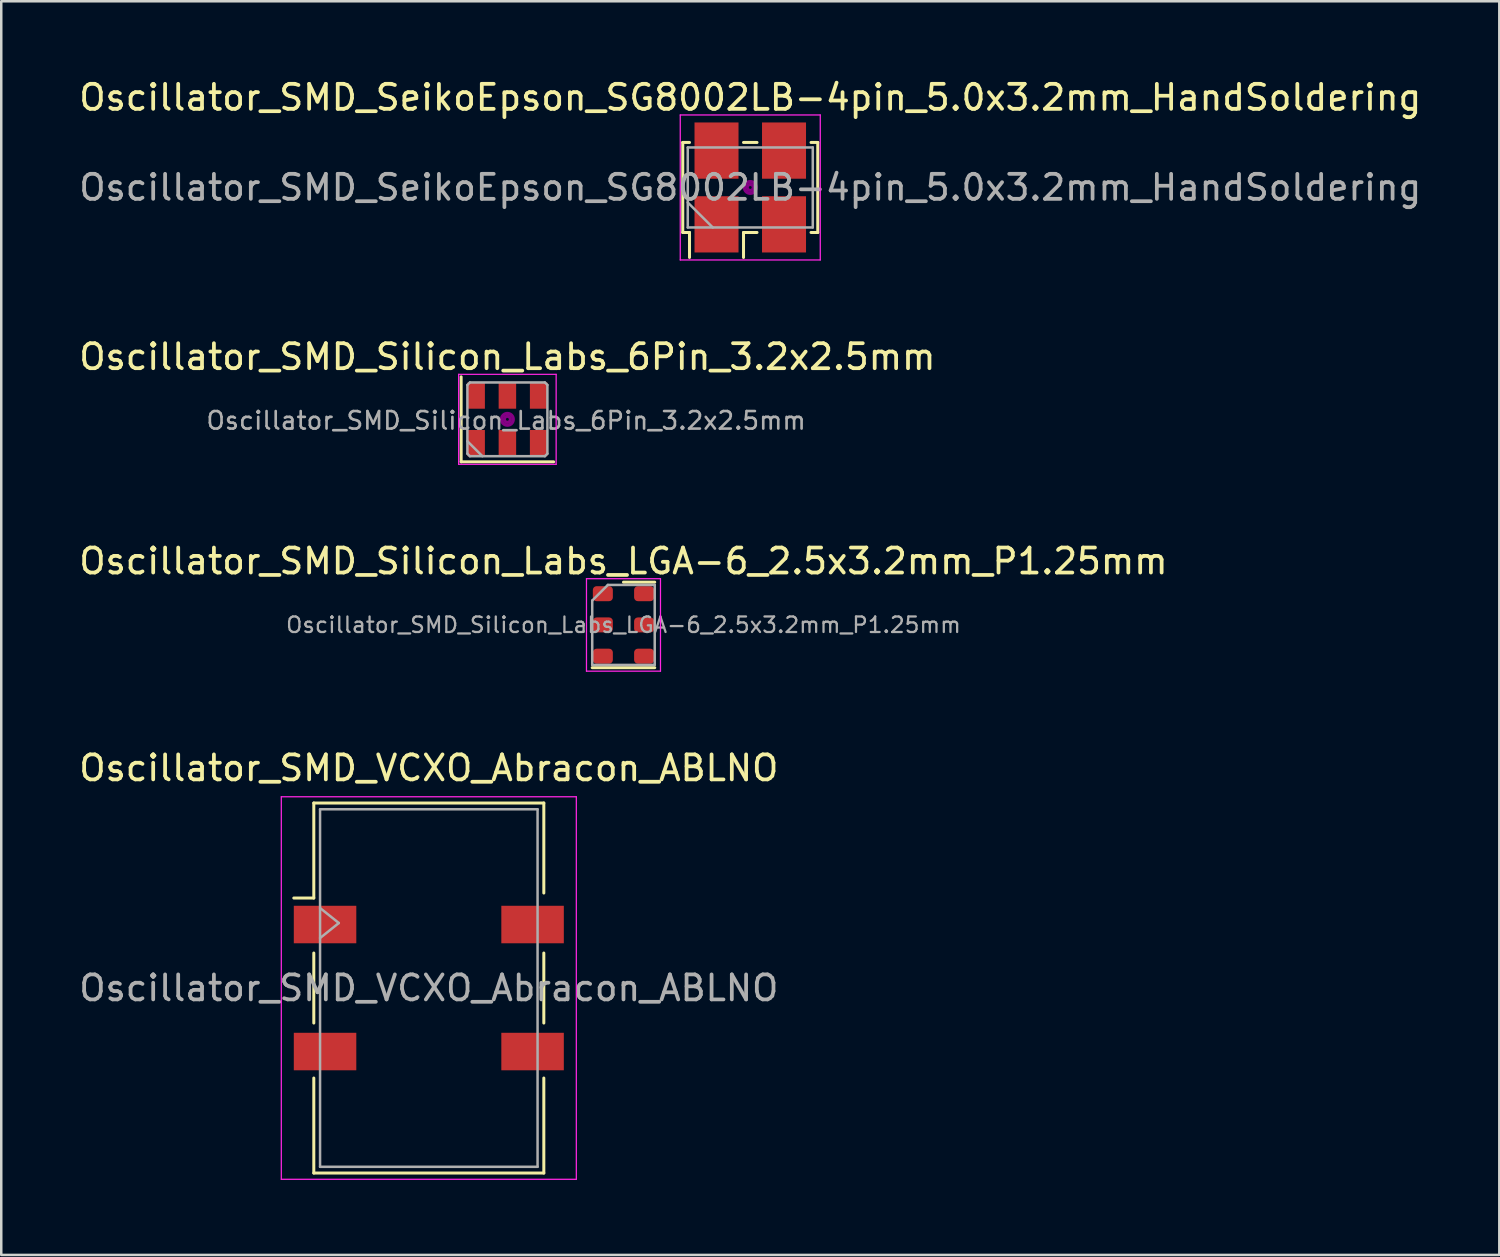
<source format=kicad_pcb>
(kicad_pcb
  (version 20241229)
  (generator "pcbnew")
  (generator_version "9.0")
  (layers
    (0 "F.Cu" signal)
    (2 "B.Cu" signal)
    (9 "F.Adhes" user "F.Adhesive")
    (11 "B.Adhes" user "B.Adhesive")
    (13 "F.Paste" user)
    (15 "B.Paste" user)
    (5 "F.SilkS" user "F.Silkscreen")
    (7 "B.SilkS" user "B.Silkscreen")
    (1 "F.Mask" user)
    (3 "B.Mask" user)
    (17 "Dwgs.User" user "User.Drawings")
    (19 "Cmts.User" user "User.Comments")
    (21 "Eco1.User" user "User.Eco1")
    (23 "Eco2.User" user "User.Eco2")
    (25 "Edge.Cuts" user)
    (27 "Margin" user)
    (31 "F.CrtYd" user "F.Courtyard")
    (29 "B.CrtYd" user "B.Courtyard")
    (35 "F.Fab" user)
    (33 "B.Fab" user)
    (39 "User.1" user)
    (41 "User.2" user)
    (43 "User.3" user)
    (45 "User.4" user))
  (footprint "Oscillator_SMD_VCXO_Abracon_ABLNO"
    (layer "F.Cu")
    (at 14.101 36.468)
    (property "Reference" "Oscillator_SMD_VCXO_Abracon_ABLNO" (at 0 -8.8 0) (layer "F.SilkS") (effects (font (size 1 1) (thickness 0.15))))
    (attr smd)
    (fp_line (start -4.6 -7.4) (end 4.6 -7.4) (stroke (width 0.12) (type solid)) (layer "F.SilkS"))
    (fp_line (start -4.6 -3.6) (end -5.4 -3.6) (stroke (width 0.12) (type solid)) (layer "F.SilkS"))
    (fp_line (start -4.6 -3.6) (end -4.6 -7.4) (stroke (width 0.12) (type solid)) (layer "F.SilkS"))
    (fp_line (start -4.6 -1.4) (end -4.6 1.4) (stroke (width 0.12) (type solid)) (layer "F.SilkS"))
    (fp_line (start -4.6 7.4) (end -4.6 3.6) (stroke (width 0.12) (type solid)) (layer "F.SilkS"))
    (fp_line (start 4.6 -3.8) (end 4.6 -7.4) (stroke (width 0.12) (type solid)) (layer "F.SilkS"))
    (fp_line (start 4.6 1.4) (end 4.6 -1.4) (stroke (width 0.12) (type solid)) (layer "F.SilkS"))
    (fp_line (start 4.6 3.6) (end 4.6 7.4) (stroke (width 0.12) (type solid)) (layer "F.SilkS"))
    (fp_line (start 4.6 7.4) (end -4.6 7.4) (stroke (width 0.12) (type solid)) (layer "F.SilkS"))
    (fp_line (start -5.9 -7.65) (end 5.9 -7.65) (stroke (width 0.05) (type solid)) (layer "F.CrtYd"))
    (fp_line (start -5.9 7.65) (end -5.9 -7.65) (stroke (width 0.05) (type solid)) (layer "F.CrtYd"))
    (fp_line (start 5.9 -7.65) (end 5.9 7.65) (stroke (width 0.05) (type solid)) (layer "F.CrtYd"))
    (fp_line (start 5.9 7.65) (end -5.9 7.65) (stroke (width 0.05) (type solid)) (layer "F.CrtYd"))
    (fp_line (start -4.35 -7.15) (end 4.35 -7.15) (stroke (width 0.1) (type solid)) (layer "F.Fab"))
    (fp_line (start -4.35 -3.2) (end -3.6 -2.6) (stroke (width 0.1) (type solid)) (layer "F.Fab"))
    (fp_line (start -4.35 7.15) (end -4.35 -7.15) (stroke (width 0.1) (type solid)) (layer "F.Fab"))
    (fp_line (start -3.6 -2.6) (end -4.35 -2) (stroke (width 0.1) (type solid)) (layer "F.Fab"))
    (fp_line (start 4.35 -7.15) (end 4.35 7.15) (stroke (width 0.1) (type solid)) (layer "F.Fab"))
    (fp_line (start 4.35 7.15) (end -4.35 7.15) (stroke (width 0.1) (type solid)) (layer "F.Fab"))
    (fp_text user "${REFERENCE}" (at 0 0 0) (layer "F.Fab") (effects (font (size 1 1) (thickness 0.15))))
    (pad "1" smd rect (at -2.9 -2.54 270) (size 1.5 2.5) (drill (offset 0 1.25)) (layers "F.Cu" "F.Mask" "F.Paste"))
    (pad "2" smd rect (at -2.9 2.54 270) (size 1.5 2.5) (drill (offset 0 1.25)) (layers "F.Cu" "F.Mask" "F.Paste"))
    (pad "3" smd rect (at 2.9 2.54 270) (size 1.5 2.5) (drill (offset 0 -1.25)) (layers "F.Cu" "F.Mask" "F.Paste"))
    (pad "4" smd rect (at 2.9 -2.54 270) (size 1.5 2.5) (drill (offset 0 -1.25)) (layers "F.Cu" "F.Mask" "F.Paste")))
  (footprint "Oscillator_SMD_Silicon_Labs_LGA-6_2.5x3.2mm_P1.25mm"
    (layer "F.Cu")
    (at 21.887 21.945)
    (property "Reference" "Oscillator_SMD_Silicon_Labs_LGA-6_2.5x3.2mm_P1.25mm" (at 0 -2.55 0) (layer "F.SilkS") (effects (font (size 1 1) (thickness 0.15))))
    (attr smd)
    (fp_line (start -1.25 1.71) (end 1.25 1.71) (stroke (width 0.12) (type solid)) (layer "F.SilkS"))
    (fp_line (start 0 -1.71) (end 1.25 -1.71) (stroke (width 0.12) (type solid)) (layer "F.SilkS"))
    (fp_line (start -1.48 -1.85) (end -1.48 1.85) (stroke (width 0.05) (type solid)) (layer "F.CrtYd"))
    (fp_line (start -1.48 1.85) (end 1.48 1.85) (stroke (width 0.05) (type solid)) (layer "F.CrtYd"))
    (fp_line (start 1.48 -1.85) (end -1.48 -1.85) (stroke (width 0.05) (type solid)) (layer "F.CrtYd"))
    (fp_line (start 1.48 1.85) (end 1.48 -1.85) (stroke (width 0.05) (type solid)) (layer "F.CrtYd"))
    (fp_line (start -1.25 -0.975) (end -0.625 -1.6) (stroke (width 0.1) (type solid)) (layer "F.Fab"))
    (fp_line (start -1.25 1.6) (end -1.25 -0.975) (stroke (width 0.1) (type solid)) (layer "F.Fab"))
    (fp_line (start -0.625 -1.6) (end 1.25 -1.6) (stroke (width 0.1) (type solid)) (layer "F.Fab"))
    (fp_line (start 1.25 -1.6) (end 1.25 1.6) (stroke (width 0.1) (type solid)) (layer "F.Fab"))
    (fp_line (start 1.25 1.6) (end -1.25 1.6) (stroke (width 0.1) (type solid)) (layer "F.Fab"))
    (fp_text user "${REFERENCE}" (at 0 0 0) (layer "F.Fab") (effects (font (size 0.62 0.62) (thickness 0.09))))
    (pad "1" smd roundrect (at -0.825 -1.25) (size 0.8 0.6) (layers "F.Cu" "F.Mask" "F.Paste") (roundrect_rratio 0.25))
    (pad "2" smd roundrect (at -0.825 0) (size 0.8 0.6) (layers "F.Cu" "F.Mask" "F.Paste") (roundrect_rratio 0.25))
    (pad "3" smd roundrect (at -0.825 1.25) (size 0.8 0.6) (layers "F.Cu" "F.Mask" "F.Paste") (roundrect_rratio 0.25))
    (pad "4" smd roundrect (at 0.825 1.25) (size 0.8 0.6) (layers "F.Cu" "F.Mask" "F.Paste") (roundrect_rratio 0.25))
    (pad "5" smd roundrect (at 0.825 0) (size 0.8 0.6) (layers "F.Cu" "F.Mask" "F.Paste") (roundrect_rratio 0.25))
    (pad "6" smd roundrect (at 0.825 -1.25) (size 0.8 0.6) (layers "F.Cu" "F.Mask" "F.Paste") (roundrect_rratio 0.25)))
  (footprint "Oscillator_SMD_SeikoEpson_SG8002LB-4pin_5.0x3.2mm_HandSoldering"
    (layer "F.Cu")
    (at 26.958 4.448)
    (property "Reference" "Oscillator_SMD_SeikoEpson_SG8002LB-4pin_5.0x3.2mm_HandSoldering" (at 0 -3.6 0) (layer "F.SilkS") (effects (font (size 1 1) (thickness 0.15))))
    (attr smd)
    (fp_line (start -2.7 -1.8) (end -2.43 -1.8) (stroke (width 0.12) (type solid)) (layer "F.SilkS"))
    (fp_line (start -2.7 1.8) (end -2.7 -1.8) (stroke (width 0.12) (type solid)) (layer "F.SilkS"))
    (fp_line (start -2.43 1.8) (end -2.7 1.8) (stroke (width 0.12) (type solid)) (layer "F.SilkS"))
    (fp_line (start -2.43 2.8) (end -2.43 1.8) (stroke (width 0.12) (type solid)) (layer "F.SilkS"))
    (fp_line (start -0.27 -1.8) (end 0.27 -1.8) (stroke (width 0.12) (type solid)) (layer "F.SilkS"))
    (fp_line (start -0.27 1.8) (end -0.27 2.8) (stroke (width 0.12) (type solid)) (layer "F.SilkS"))
    (fp_line (start 0.27 1.8) (end -0.27 1.8) (stroke (width 0.12) (type solid)) (layer "F.SilkS"))
    (fp_line (start 2.43 -1.8) (end 2.7 -1.8) (stroke (width 0.12) (type solid)) (layer "F.SilkS"))
    (fp_line (start 2.7 -1.8) (end 2.7 1.8) (stroke (width 0.12) (type solid)) (layer "F.SilkS"))
    (fp_line (start 2.7 1.8) (end 2.43 1.8) (stroke (width 0.12) (type solid)) (layer "F.SilkS"))
    (fp_circle (center 0 0) (end 0.058 0) (stroke (width 0.117) (type solid)) (fill no) (layer "F.Adhes"))
    (fp_circle (center 0 0) (end 0.133 0) (stroke (width 0.083) (type solid)) (fill no) (layer "F.Adhes"))
    (fp_circle (center 0 0) (end 0.208 0) (stroke (width 0.083) (type solid)) (fill no) (layer "F.Adhes"))
    (fp_circle (center 0 0) (end 0.25 0) (stroke (width 0.1) (type solid)) (fill no) (layer "F.Adhes"))
    (fp_line (start -2.8 -2.9) (end -2.8 2.9) (stroke (width 0.05) (type solid)) (layer "F.CrtYd"))
    (fp_line (start -2.8 2.9) (end 2.8 2.9) (stroke (width 0.05) (type solid)) (layer "F.CrtYd"))
    (fp_line (start 2.8 -2.9) (end -2.8 -2.9) (stroke (width 0.05) (type solid)) (layer "F.CrtYd"))
    (fp_line (start 2.8 2.9) (end 2.8 -2.9) (stroke (width 0.05) (type solid)) (layer "F.CrtYd"))
    (fp_line (start -2.5 -1.6) (end -2.5 1.6) (stroke (width 0.1) (type solid)) (layer "F.Fab"))
    (fp_line (start -2.5 0.6) (end -1.5 1.6) (stroke (width 0.1) (type solid)) (layer "F.Fab"))
    (fp_line (start -2.5 1.6) (end 2.5 1.6) (stroke (width 0.1) (type solid)) (layer "F.Fab"))
    (fp_line (start 2.5 -1.6) (end -2.5 -1.6) (stroke (width 0.1) (type solid)) (layer "F.Fab"))
    (fp_line (start 2.5 1.6) (end 2.5 -1.6) (stroke (width 0.1) (type solid)) (layer "F.Fab"))
    (fp_text user "${REFERENCE}" (at 0 0 0) (layer "F.Fab") (effects (font (size 1 1) (thickness 0.15))))
    (pad "1" smd rect (at -1.35 1.475) (size 1.76 2.25) (layers "F.Cu" "F.Mask" "F.Paste"))
    (pad "2" smd rect (at 1.35 1.475) (size 1.76 2.25) (layers "F.Cu" "F.Mask" "F.Paste"))
    (pad "3" smd rect (at 1.35 -1.475) (size 1.76 2.25) (layers "F.Cu" "F.Mask" "F.Paste"))
    (pad "4" smd rect (at -1.35 -1.475) (size 1.76 2.25) (layers "F.Cu" "F.Mask" "F.Paste")))
  (footprint "Oscillator_SMD_Silicon_Labs_6Pin_3.2x2.5mm"
    (layer "F.Cu")
    (at 17.244 13.722)
    (property "Reference" "Oscillator_SMD_Silicon_Labs_6Pin_3.2x2.5mm" (at 0 -2.5 0) (layer "F.SilkS") (effects (font (size 1 1) (thickness 0.15))))
    (attr smd)
    (fp_line (start -1.85 -1.7) (end -1.85 1.7) (stroke (width 0.12) (type solid)) (layer "F.SilkS"))
    (fp_line (start -1.85 1.7) (end 1.85 1.7) (stroke (width 0.12) (type solid)) (layer "F.SilkS"))
    (fp_circle (center 0 0) (end 0.058 0) (stroke (width 0.117) (type solid)) (fill no) (layer "F.Adhes"))
    (fp_circle (center 0 0) (end 0.133 0) (stroke (width 0.083) (type solid)) (fill no) (layer "F.Adhes"))
    (fp_circle (center 0 0) (end 0.208 0) (stroke (width 0.083) (type solid)) (fill no) (layer "F.Adhes"))
    (fp_circle (center 0 0) (end 0.25 0) (stroke (width 0.1) (type solid)) (fill no) (layer "F.Adhes"))
    (fp_line (start -1.95 -1.8) (end -1.95 1.8) (stroke (width 0.05) (type solid)) (layer "F.CrtYd"))
    (fp_line (start -1.95 1.8) (end 1.95 1.8) (stroke (width 0.05) (type solid)) (layer "F.CrtYd"))
    (fp_line (start 1.95 -1.8) (end -1.95 -1.8) (stroke (width 0.05) (type solid)) (layer "F.CrtYd"))
    (fp_line (start 1.95 1.8) (end 1.95 -1.8) (stroke (width 0.05) (type solid)) (layer "F.CrtYd"))
    (fp_line (start -1.6 -1.375) (end -1.5 -1.475) (stroke (width 0.1) (type solid)) (layer "F.Fab"))
    (fp_line (start -1.6 0.875) (end -1 1.475) (stroke (width 0.1) (type solid)) (layer "F.Fab"))
    (fp_line (start -1.6 1.375) (end -1.6 -1.375) (stroke (width 0.1) (type solid)) (layer "F.Fab"))
    (fp_line (start -1.5 -1.475) (end 1.5 -1.475) (stroke (width 0.1) (type solid)) (layer "F.Fab"))
    (fp_line (start -1.5 1.475) (end -1.6 1.375) (stroke (width 0.1) (type solid)) (layer "F.Fab"))
    (fp_line (start 1.5 -1.475) (end 1.6 -1.375) (stroke (width 0.1) (type solid)) (layer "F.Fab"))
    (fp_line (start 1.5 1.475) (end -1.5 1.475) (stroke (width 0.1) (type solid)) (layer "F.Fab"))
    (fp_line (start 1.6 -1.375) (end 1.6 1.375) (stroke (width 0.1) (type solid)) (layer "F.Fab"))
    (fp_line (start 1.6 1.375) (end 1.5 1.475) (stroke (width 0.1) (type solid)) (layer "F.Fab"))
    (fp_text user "${REFERENCE}" (at -0.05 0.05 0) (layer "F.Fab") (effects (font (size 0.7 0.7) (thickness 0.105))))
    (pad "1" smd rect (at -1.25 0.95) (size 0.7 1.05) (layers "F.Cu" "F.Mask" "F.Paste"))
    (pad "2" smd rect (at 0 0.95) (size 0.7 1.05) (layers "F.Cu" "F.Mask" "F.Paste"))
    (pad "3" smd rect (at 1.25 0.95) (size 0.7 1.05) (layers "F.Cu" "F.Mask" "F.Paste"))
    (pad "4" smd rect (at 1.25 -0.95) (size 0.7 1.05) (layers "F.Cu" "F.Mask" "F.Paste"))
    (pad "5" smd rect (at 0 -0.95) (size 0.7 1.05) (layers "F.Cu" "F.Mask" "F.Paste"))
    (pad "6" smd rect (at -1.25 -0.95) (size 0.7 1.05) (layers "F.Cu" "F.Mask" "F.Paste")))
  (gr_rect
    (start -3 -3)
    (end 56.917 47.143)
    (stroke (width 0.1) (type default))
    (fill no)
    (layer "Edge.Cuts")))
</source>
